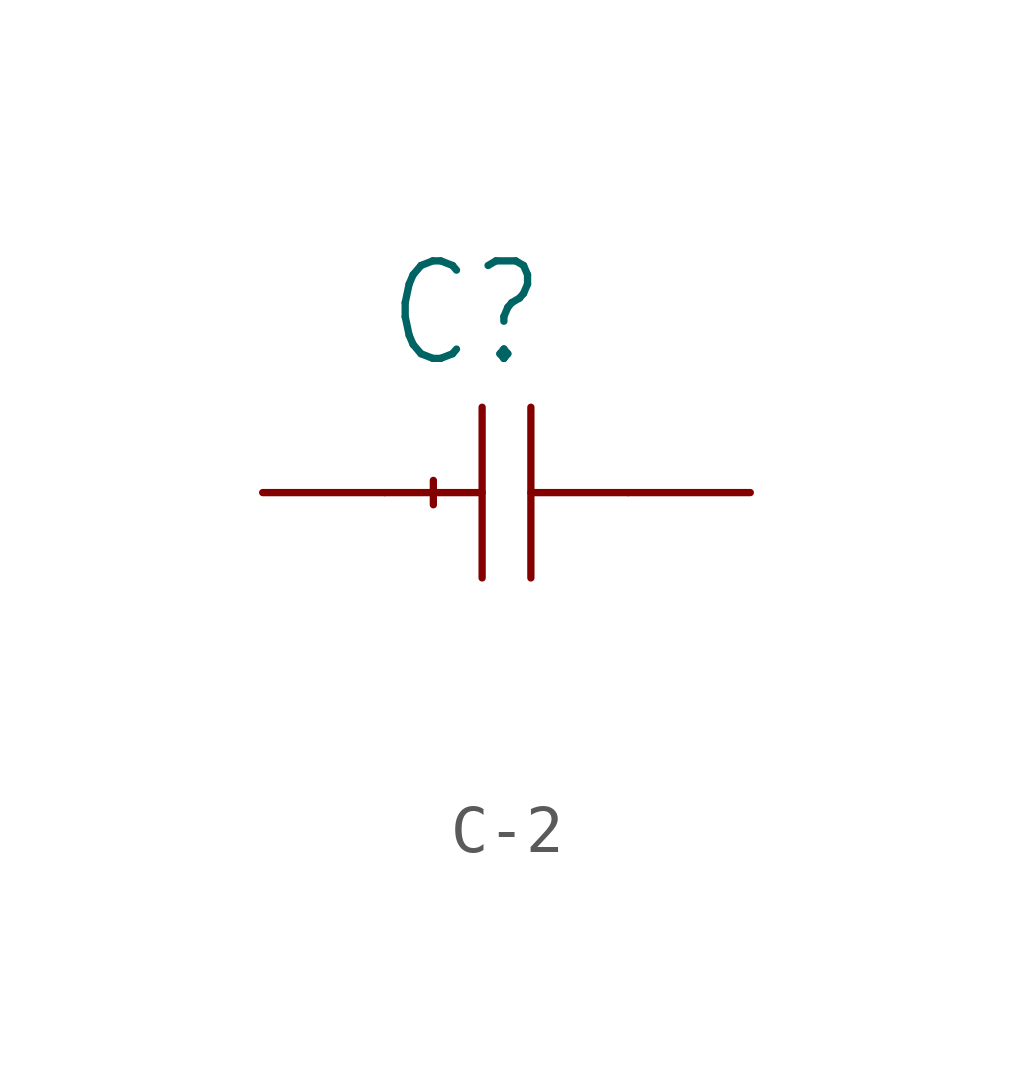
<source format=kicad_sym>
(kicad_symbol_lib
  (version 20241209)
  (generator "kicad_symbol_editor")
  (generator_version "9.0")
  (symbol "C-2"
    (property "Reference" "C"
      (at -2.54 2.54 0)
      (effects (font (size 2.032 1.727)) (justify left bottom)))
    (property "Value" ""
      (at -2.54 -5.08 0)
      (effects (font (size 2.032 1.727)) (justify left bottom)))
    (property "ki_locked" ""
      (at 0 0 0)
      (effects (font (size 1.27 1.27))))
    (symbol "C-2_1_0"
      (polyline (pts (xy -2.54 0) (xy -0.508 0)) (stroke (width 0.152) (type solid)) (fill (type none)))
      (polyline (pts (xy -1.524 0.254) (xy -1.524 -0.254)) (stroke (width 0.152) (type solid)) (fill (type none)))
      (polyline (pts (xy -0.508 1.778) (xy -0.508 -1.778)) (stroke (width 0.152) (type solid)) (fill (type none)))
      (polyline (pts (xy 0.508 1.778) (xy 0.508 -1.778)) (stroke (width 0.152) (type solid)) (fill (type none)))
      (polyline (pts (xy 2.54 0) (xy 0.508 0)) (stroke (width 0.152) (type solid)) (fill (type none)))
      (pin passive line (at -5.08 0 0) (length 2.54) (name "1" (effects (font (size 0 0)))) (number "1" (effects (font (size 0 0)))))
      (pin passive line (at 5.08 0 180) (length 2.54) (name "2" (effects (font (size 0 0)))) (number "2" (effects (font (size 0 0))))))))
</source>
